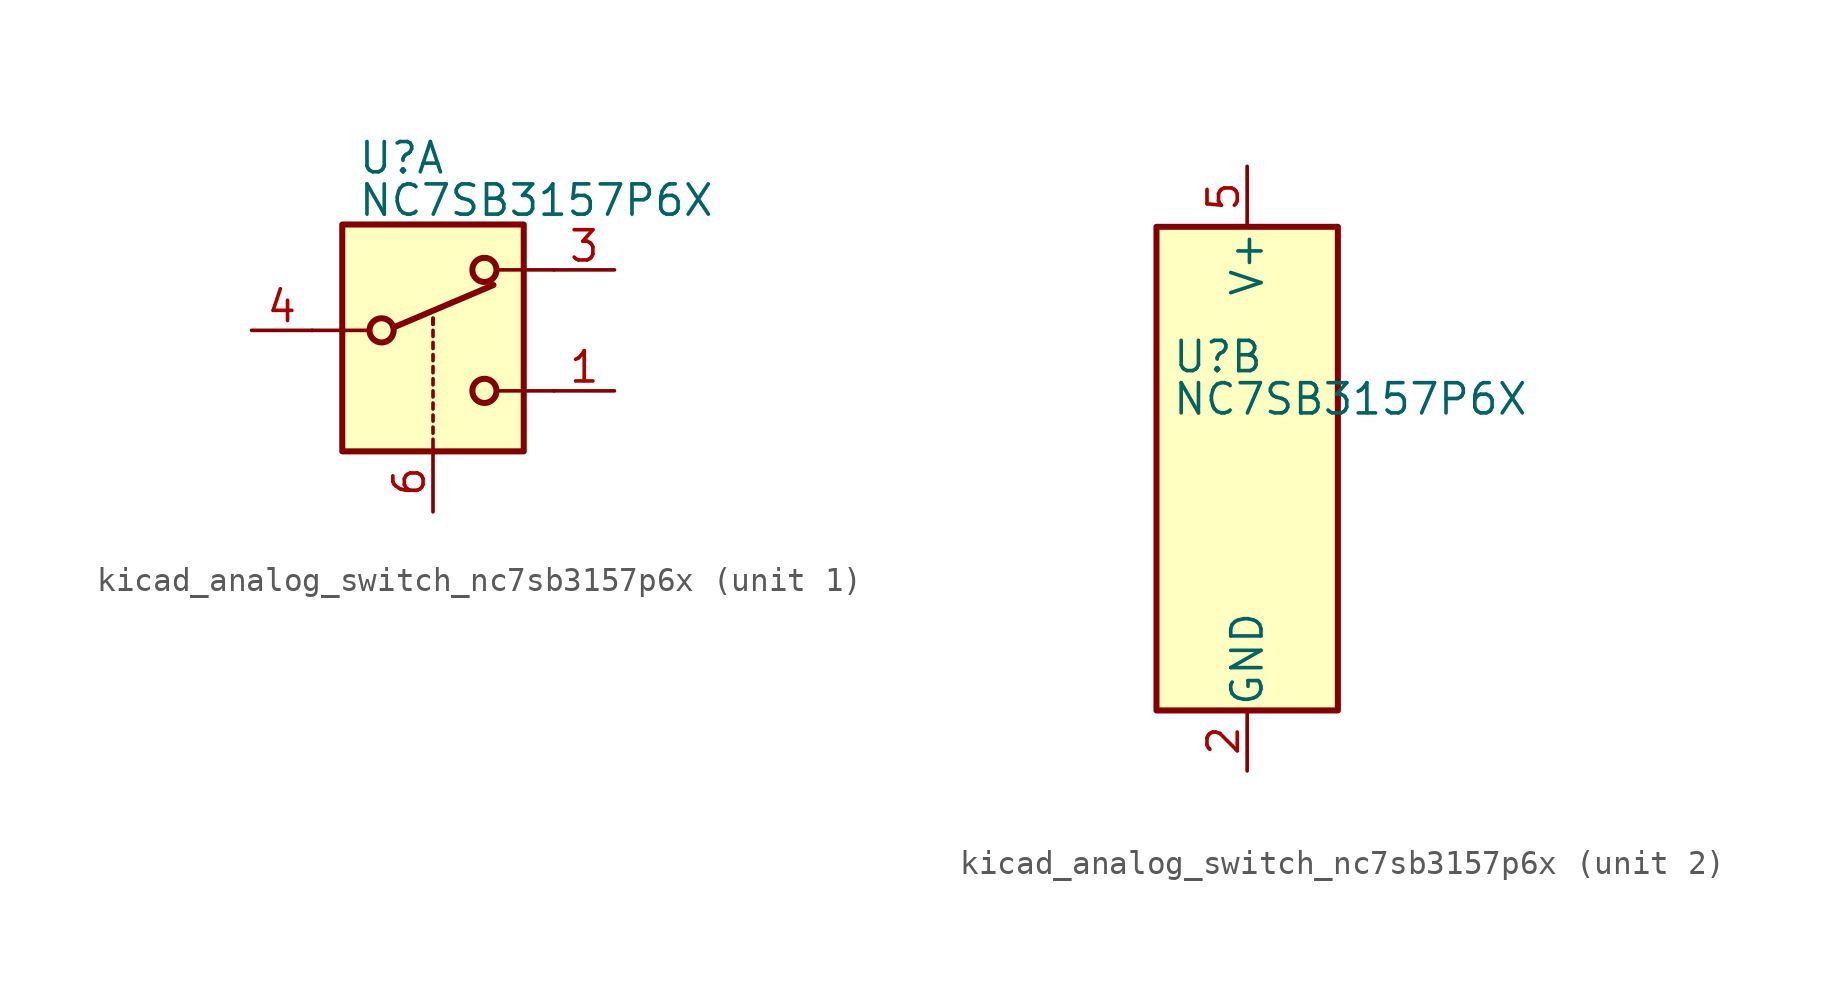
<source format=kicad_sym>
(kicad_symbol_lib
  (version 20220914)
  (generator kicad_symbol_editor)
  (symbol "kicad_analog_switch_nc7sb3157p6x"
    (pin_names
      (offset 0.127))
    (property "Reference" "U"
      (at -3.175 4.699 0)
      (effects (font (size 1.27 1.27)) (justify left)))
    (property "Value" "NC7SB3157P6X"
      (at -3.175 2.921 0)
      (effects (font (size 1.27 1.27)) (justify left)))
    (symbol "kicad_analog_switch_nc7sb3157p6x_1_1"
      (rectangle (start -3.81 1.905) (end 3.81 -7.62) (stroke (width 0.254) (type default)) (fill (type background)))
      (circle (center -2.159 -2.54) (radius 0.508) (stroke (width 0.254) (type default)) (fill (type none)))
      (polyline (pts (xy -5.08 -2.54) (xy -2.794 -2.54)) (stroke (width 0) (type default)) (fill (type none)))
      (polyline (pts (xy -1.651 -2.413) (xy 2.54 -0.635)) (stroke (width 0.254) (type default)) (fill (type none)))
      (polyline (pts (xy 0 -7.62) (xy 0 -7.112)) (stroke (width 0) (type default)) (fill (type none)))
      (polyline (pts (xy 0 -6.858) (xy 0 -6.604)) (stroke (width 0) (type default)) (fill (type none)))
      (polyline (pts (xy 0 -6.35) (xy 0 -6.096)) (stroke (width 0) (type default)) (fill (type none)))
      (polyline (pts (xy 0 -5.842) (xy 0 -5.588)) (stroke (width 0) (type default)) (fill (type none)))
      (polyline (pts (xy 0 -5.334) (xy 0 -5.08)) (stroke (width 0) (type default)) (fill (type none)))
      (polyline (pts (xy 0 -4.826) (xy 0 -4.572)) (stroke (width 0) (type default)) (fill (type none)))
      (polyline (pts (xy 0 -4.318) (xy 0 -4.064)) (stroke (width 0) (type default)) (fill (type none)))
      (polyline (pts (xy 0 -3.81) (xy 0 -3.556)) (stroke (width 0) (type default)) (fill (type none)))
      (polyline (pts (xy 0 -3.302) (xy 0 -3.048)) (stroke (width 0) (type default)) (fill (type none)))
      (polyline (pts (xy 0 -2.794) (xy 0 -2.54)) (stroke (width 0) (type default)) (fill (type none)))
      (polyline (pts (xy 0 -2.286) (xy 0 -2.032)) (stroke (width 0) (type default)) (fill (type none)))
      (polyline (pts (xy 0 -2.286) (xy 0 -2.032)) (stroke (width 0) (type default)) (fill (type none)))
      (polyline (pts (xy 5.08 -5.08) (xy 2.794 -5.08)) (stroke (width 0) (type default)) (fill (type none)))
      (polyline (pts (xy 5.08 0) (xy 2.794 0)) (stroke (width 0) (type default)) (fill (type none)))
      (circle (center 2.159 -5.08) (radius 0.508) (stroke (width 0.254) (type default)) (fill (type none)))
      (circle (center 2.159 0) (radius 0.508) (stroke (width 0.254) (type default)) (fill (type none)))
      (pin passive line (at 7.62 -5.08 180) (length 2.54) (name "~" (effects (font (size 1.27 1.27)))) (number "1" (effects (font (size 1.27 1.27)))))
      (pin passive line (at 7.62 0 180) (length 2.54) (name "~" (effects (font (size 1.27 1.27)))) (number "3" (effects (font (size 1.27 1.27)))))
      (pin passive line (at -7.62 -2.54 0) (length 2.54) (name "~" (effects (font (size 1.27 1.27)))) (number "4" (effects (font (size 1.27 1.27)))))
      (pin input line (at 0 -10.16 90) (length 2.54) (name "~" (effects (font (size 1.27 1.27)))) (number "6" (effects (font (size 1.27 1.27))))))
    (symbol "kicad_analog_switch_nc7sb3157p6x_2_0"
      (pin power_in line (at 0 -12.7 90) (length 2.54) (name "GND" (effects (font (size 1.27 1.27)))) (number "2" (effects (font (size 1.27 1.27)))))
      (pin power_in line (at 0 12.7 270) (length 2.54) (name "V+" (effects (font (size 1.27 1.27)))) (number "5" (effects (font (size 1.27 1.27))))))
    (symbol "kicad_analog_switch_nc7sb3157p6x_2_1"
      (rectangle (start -3.81 10.16) (end 3.81 -10.16) (stroke (width 0.254) (type default)) (fill (type background))))))
</source>
